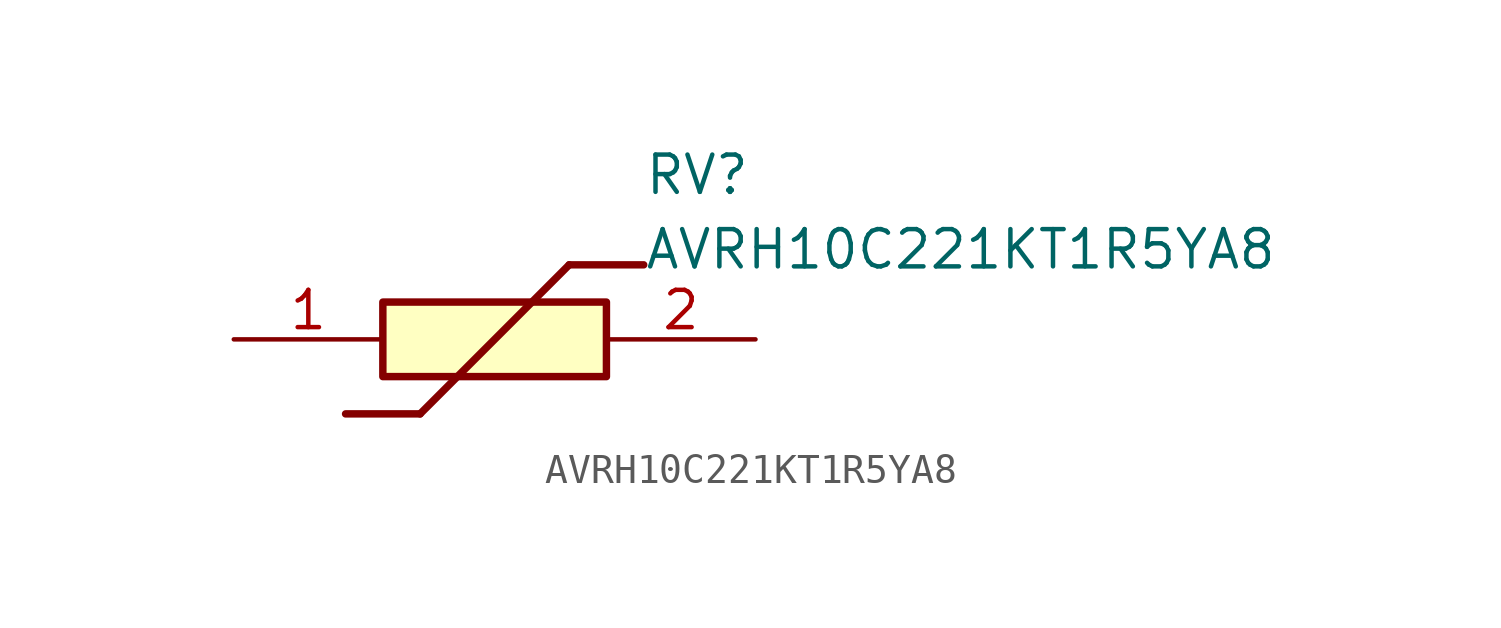
<source format=kicad_sym>
(kicad_symbol_lib
  (version 20211014)
  (generator SamacSys_ECAD_Model)
  (symbol "AVRH10C221KT1R5YA8"
    (pin_names hide)
    (property "Reference" "RV"
      (at 13.97 6.35 0)
      (effects (font (size 1.27 1.27)) (justify left top)))
    (property "Value" "AVRH10C221KT1R5YA8"
      (at 13.97 3.81 0)
      (effects (font (size 1.27 1.27)) (justify left top)))
    (rectangle
      (start 5.08 1.27)
      (end 12.7 -1.27)
      (stroke (width 0.254) (type default))
      (fill (type background)))
    (polyline
      (pts (xy 3.81 -2.54) (xy 6.35 -2.54))
      (stroke (width 0.254) (type default))
      (fill (type none)))
    (polyline
      (pts (xy 11.43 2.54) (xy 6.35 -2.54))
      (stroke (width 0.254) (type default))
      (fill (type none)))
    (polyline
      (pts (xy 11.43 2.54) (xy 13.97 2.54))
      (stroke (width 0.254) (type default))
      (fill (type none)))
    (pin passive line
      (at 0 0 0)
      (length 5.08)
      (name "1" (effects (font (size 1.27 1.27))))
      (number "1" (effects (font (size 1.27 1.27)))))
    (pin passive line
      (at 17.78 0 180)
      (length 5.08)
      (name "2" (effects (font (size 1.27 1.27))))
      (number "2" (effects (font (size 1.27 1.27)))))))
</source>
